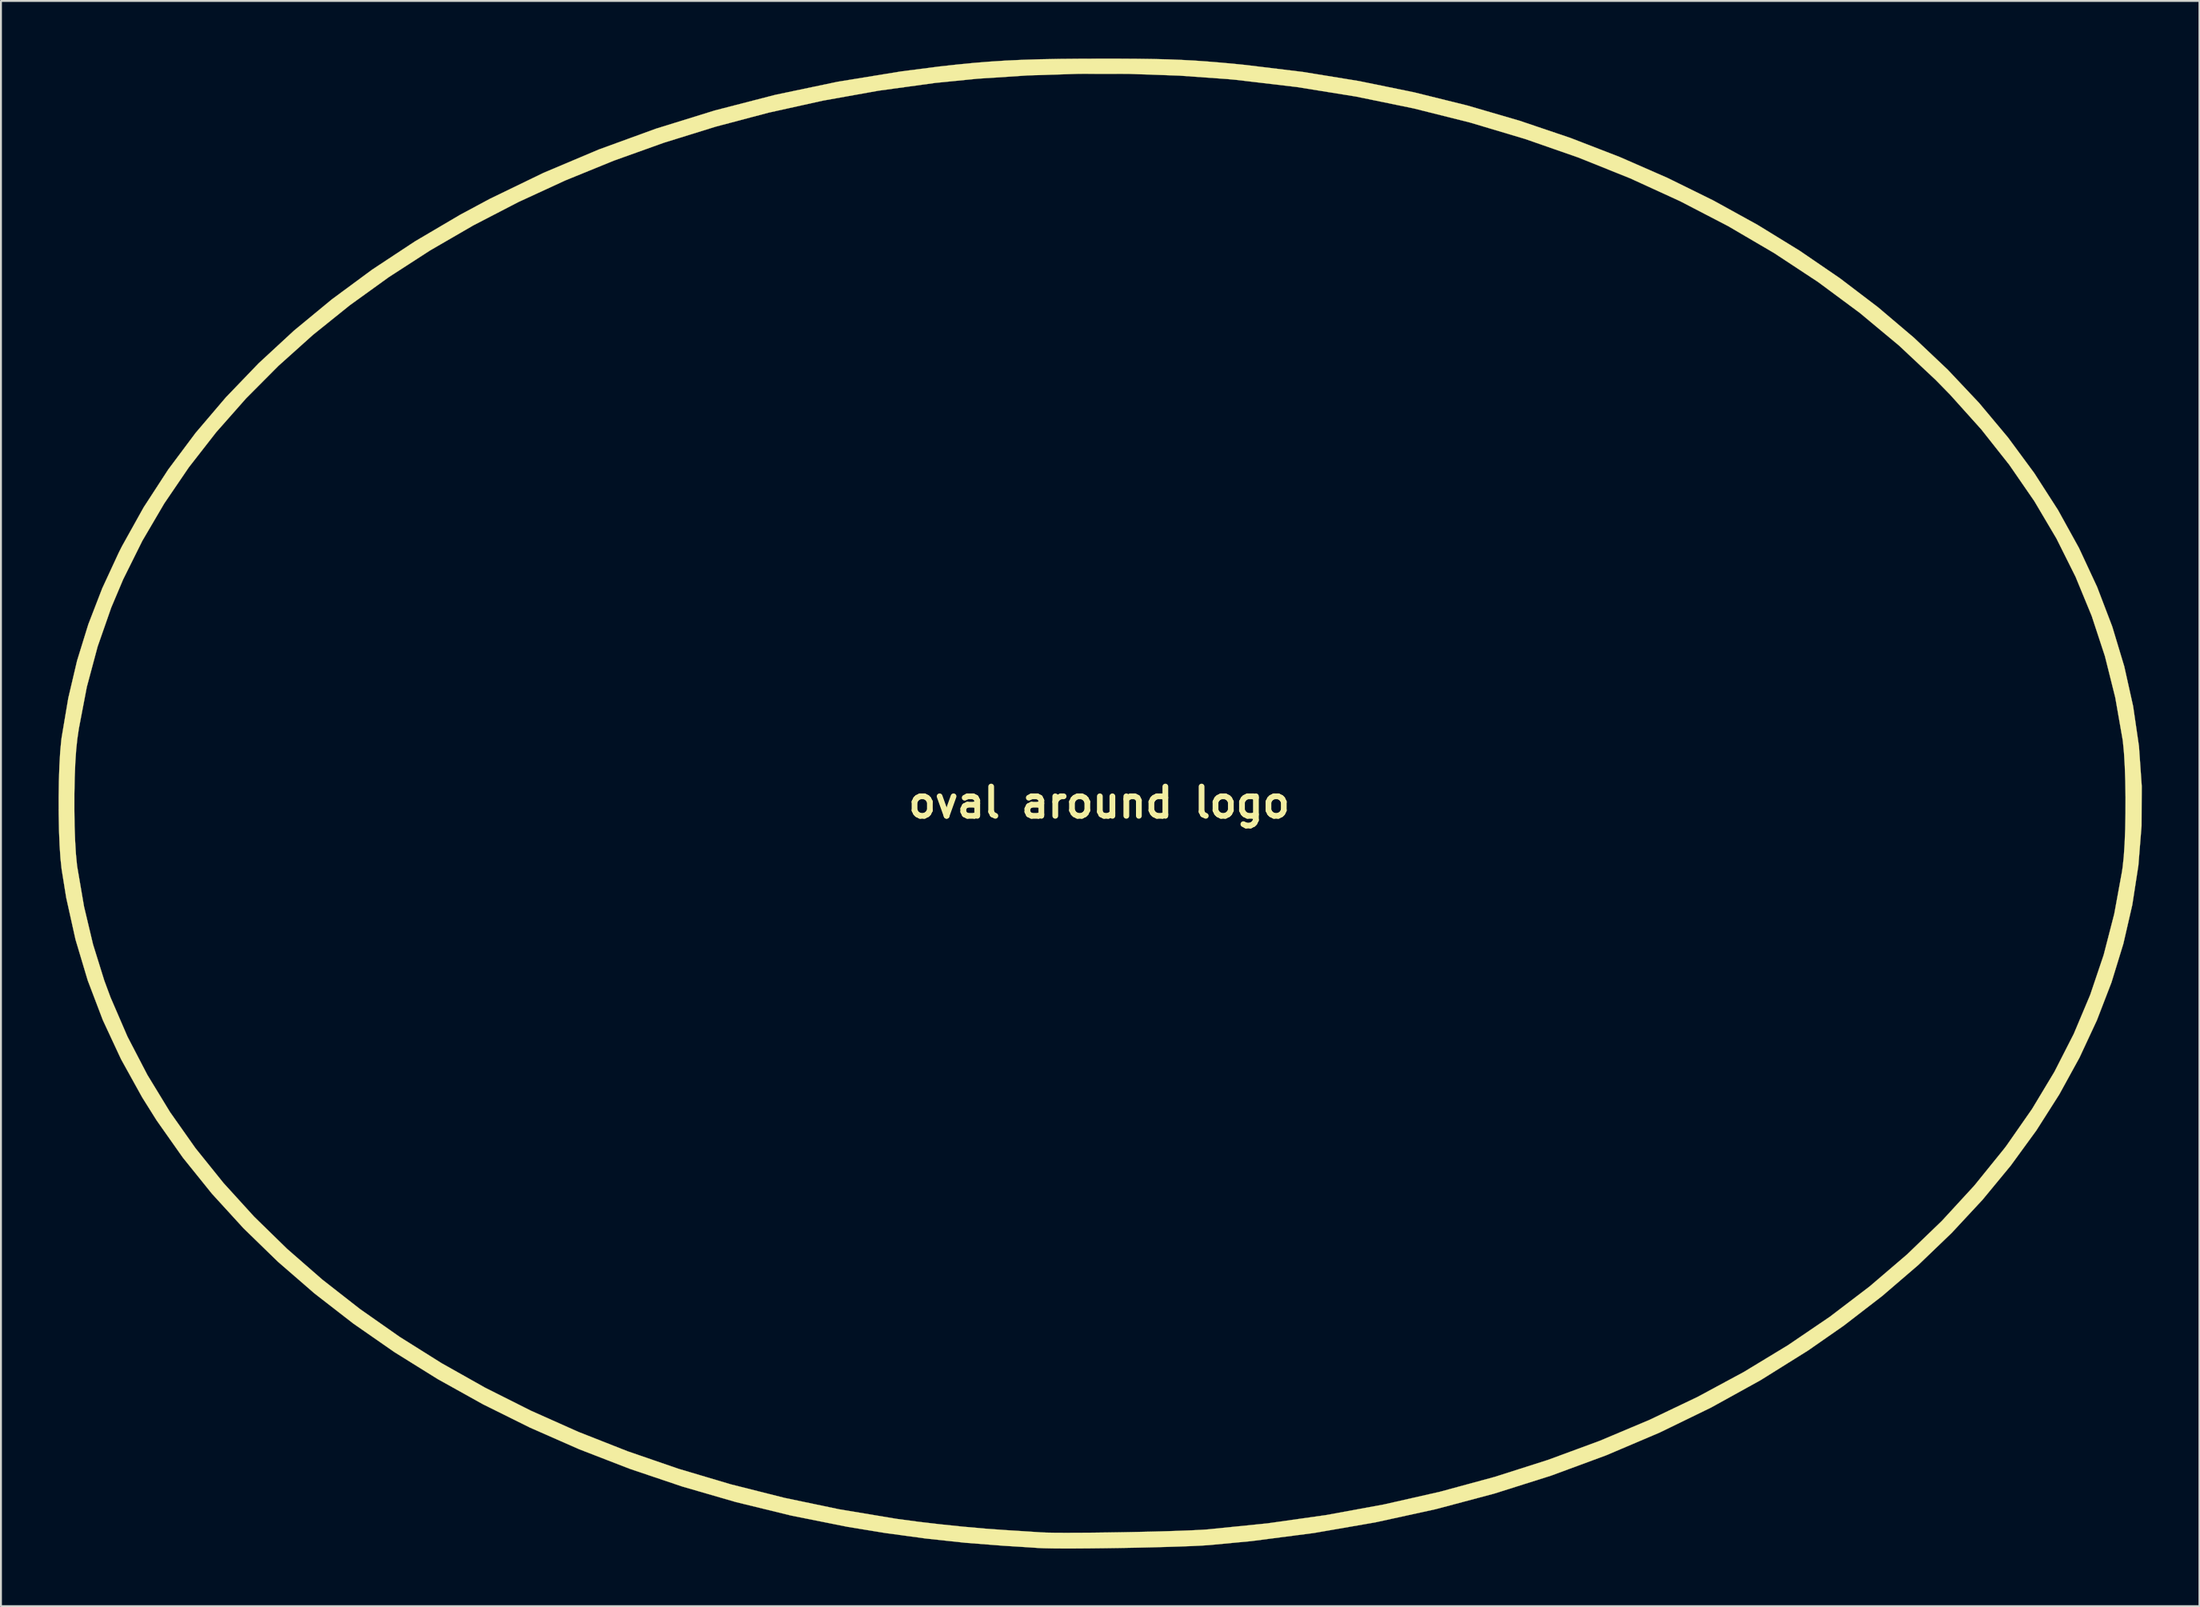
<source format=kicad_pcb>
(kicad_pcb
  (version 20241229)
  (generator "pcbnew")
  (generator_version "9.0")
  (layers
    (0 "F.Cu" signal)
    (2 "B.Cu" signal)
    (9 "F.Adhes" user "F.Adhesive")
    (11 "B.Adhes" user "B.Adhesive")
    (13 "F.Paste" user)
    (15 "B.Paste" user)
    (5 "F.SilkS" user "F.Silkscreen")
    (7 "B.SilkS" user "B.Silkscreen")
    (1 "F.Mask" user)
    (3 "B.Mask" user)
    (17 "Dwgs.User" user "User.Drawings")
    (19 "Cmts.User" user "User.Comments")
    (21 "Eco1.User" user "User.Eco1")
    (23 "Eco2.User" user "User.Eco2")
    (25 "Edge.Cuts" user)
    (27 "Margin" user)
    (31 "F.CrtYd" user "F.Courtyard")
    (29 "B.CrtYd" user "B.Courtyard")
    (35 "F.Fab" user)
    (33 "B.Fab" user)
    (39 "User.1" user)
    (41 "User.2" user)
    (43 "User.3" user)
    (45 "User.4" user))
  (footprint "oval around logo"
    (layer "F.Cu")
    (at 54.196 38.755)
    (property "Reference" "oval around logo" (at 0 0 0) (layer "F.SilkS") (effects (font (size 1.524 1.524) (thickness 0.3))))
    (attr through_hole)
    (fp_poly (pts (xy 1.038 -38.749) (xy 1.982 -38.743) (xy 2.818 -38.731) (xy 3.574 -38.713) (xy 4.278 -38.685) (xy 4.958 -38.649) (xy 5.642 -38.601) (xy 6.358 -38.542) (xy 7.133 -38.47) (xy 7.636 -38.419) (xy 10.612 -38.058) (xy 13.531 -37.583) (xy 16.389 -36.999) (xy 19.181 -36.308) (xy 21.903 -35.514) (xy 24.549 -34.619) (xy 27.116 -33.626) (xy 29.597 -32.54) (xy 31.989 -31.362) (xy 34.287 -30.095) (xy 36.486 -28.744) (xy 38.58 -27.311) (xy 40.567 -25.799) (xy 42.439 -24.211) (xy 44.194 -22.55) (xy 45.826 -20.819) (xy 47.33 -19.022) (xy 48.702 -17.162) (xy 49.937 -15.241) (xy 51.03 -13.262) (xy 51.976 -11.23) (xy 52.764 -9.166) (xy 53.388 -7.096) (xy 53.851 -5.018) (xy 54.154 -2.938) (xy 54.299 -0.859) (xy 54.289 1.214) (xy 54.124 3.277) (xy 53.808 5.325) (xy 53.341 7.355) (xy 52.725 9.362) (xy 51.962 11.342) (xy 51.054 13.291) (xy 50.003 15.204) (xy 48.811 17.077) (xy 47.478 18.907) (xy 46.008 20.688) (xy 44.401 22.416) (xy 42.66 24.088) (xy 40.786 25.698) (xy 38.782 27.244) (xy 36.916 28.543) (xy 34.449 30.085) (xy 31.873 31.509) (xy 29.191 32.814) (xy 26.41 33.997) (xy 23.534 35.059) (xy 20.569 35.996) (xy 17.519 36.807) (xy 14.389 37.491) (xy 11.185 38.046) (xy 7.912 38.47) (xy 5.717 38.677) (xy 5.328 38.702) (xy 4.811 38.727) (xy 4.189 38.75) (xy 3.484 38.772) (xy 2.72 38.793) (xy 1.917 38.811) (xy 1.1 38.826) (xy 0.29 38.838) (xy -0.491 38.847) (xy -1.219 38.852) (xy -1.872 38.853) (xy -2.428 38.849) (xy -2.865 38.84) (xy -3.144 38.828) (xy -3.363 38.813) (xy -3.707 38.79) (xy -4.141 38.762) (xy -4.627 38.732) (xy -4.982 38.71) (xy -6.97 38.555) (xy -9.04 38.332) (xy -11.129 38.048) (xy -13.108 37.724) (xy -16.048 37.136) (xy -18.921 36.434) (xy -21.722 35.622) (xy -24.444 34.704) (xy -27.084 33.682) (xy -29.635 32.56) (xy -32.092 31.341) (xy -34.449 30.028) (xy -36.702 28.626) (xy -38.845 27.136) (xy -40.873 25.563) (xy -42.779 23.909) (xy -44.559 22.178) (xy -46.208 20.373) (xy -47.719 18.497) (xy -49.088 16.554) (xy -49.841 15.354) (xy -50.943 13.364) (xy -51.888 11.335) (xy -52.677 9.262) (xy -53.312 7.138) (xy -53.797 4.956) (xy -54.036 3.471) (xy -54.096 2.909) (xy -54.142 2.219) (xy -54.173 1.436) (xy -54.189 0.596) (xy -54.19 0.387) (xy -53.373 0.387) (xy -53.361 1.218) (xy -53.333 1.997) (xy -53.291 2.689) (xy -53.235 3.26) (xy -53.224 3.34) (xy -52.869 5.417) (xy -52.4 7.389) (xy -51.814 9.271) (xy -51.49 10.145) (xy -50.605 12.194) (xy -49.568 14.188) (xy -48.387 16.126) (xy -47.064 18.003) (xy -45.604 19.817) (xy -44.014 21.565) (xy -42.296 23.243) (xy -40.456 24.849) (xy -38.499 26.379) (xy -36.43 27.83) (xy -34.252 29.198) (xy -31.971 30.482) (xy -29.592 31.677) (xy -27.12 32.78) (xy -24.558 33.789) (xy -21.913 34.7) (xy -19.188 35.51) (xy -16.388 36.216) (xy -13.518 36.815) (xy -10.584 37.303) (xy -10.495 37.316) (xy -9.425 37.459) (xy -8.263 37.595) (xy -7.073 37.718) (xy -5.918 37.82) (xy -4.9 37.893) (xy -4.4 37.924) (xy -3.926 37.954) (xy -3.514 37.981) (xy -3.203 38.001) (xy -3.063 38.011) (xy -2.759 38.025) (xy -2.314 38.033) (xy -1.752 38.036) (xy -1.095 38.034) (xy -0.365 38.029) (xy 0.414 38.019) (xy 1.22 38.006) (xy 2.031 37.99) (xy 2.823 37.972) (xy 3.573 37.951) (xy 4.26 37.928) (xy 4.86 37.904) (xy 5.351 37.879) (xy 5.635 37.86) (xy 8.757 37.545) (xy 11.819 37.112) (xy 14.818 36.562) (xy 17.747 35.898) (xy 20.601 35.123) (xy 23.376 34.238) (xy 26.065 33.247) (xy 28.665 32.152) (xy 31.169 30.956) (xy 33.572 29.66) (xy 35.868 28.268) (xy 38.054 26.783) (xy 40.123 25.206) (xy 42.071 23.54) (xy 43.891 21.787) (xy 45.579 19.951) (xy 47.13 18.034) (xy 47.265 17.855) (xy 48.587 15.959) (xy 49.751 14.024) (xy 50.76 12.045) (xy 51.614 10.017) (xy 52.316 7.937) (xy 52.867 5.801) (xy 53.269 3.605) (xy 53.306 3.349) (xy 53.364 2.804) (xy 53.408 2.132) (xy 53.438 1.367) (xy 53.453 0.547) (xy 53.455 -0.295) (xy 53.442 -1.123) (xy 53.415 -1.902) (xy 53.374 -2.595) (xy 53.319 -3.169) (xy 53.306 -3.267) (xy 52.92 -5.474) (xy 52.382 -7.625) (xy 51.693 -9.722) (xy 50.851 -11.765) (xy 49.856 -13.757) (xy 48.707 -15.699) (xy 47.402 -17.592) (xy 45.943 -19.438) (xy 44.327 -21.237) (xy 43.571 -22.011) (xy 41.655 -23.808) (xy 39.609 -25.511) (xy 37.441 -27.117) (xy 35.156 -28.622) (xy 32.76 -30.026) (xy 30.258 -31.325) (xy 27.657 -32.516) (xy 24.963 -33.598) (xy 22.181 -34.567) (xy 19.317 -35.422) (xy 16.377 -36.159) (xy 13.368 -36.777) (xy 10.295 -37.272) (xy 7.163 -37.642) (xy 6.697 -37.686) (xy 4.181 -37.865) (xy 1.574 -37.956) (xy -1.077 -37.96) (xy -3.727 -37.876) (xy -6.328 -37.706) (xy -8.531 -37.487) (xy -11.489 -37.081) (xy -14.387 -36.563) (xy -17.22 -35.936) (xy -19.984 -35.204) (xy -22.674 -34.369) (xy -25.285 -33.434) (xy -27.812 -32.403) (xy -30.251 -31.279) (xy -32.596 -30.064) (xy -34.842 -28.763) (xy -36.986 -27.377) (xy -39.021 -25.91) (xy -40.943 -24.365) (xy -42.748 -22.745) (xy -44.43 -21.054) (xy -45.984 -19.294) (xy -47.407 -17.468) (xy -48.692 -15.58) (xy -49.835 -13.632) (xy -50.831 -11.628) (xy -51.453 -10.156) (xy -52.162 -8.125) (xy -52.724 -6.026) (xy -53.139 -3.857) (xy -53.22 -3.308) (xy -53.279 -2.747) (xy -53.325 -2.062) (xy -53.355 -1.288) (xy -53.372 -0.46) (xy -53.373 0.387) (xy -54.19 0.387) (xy -54.191 -0.267) (xy -54.179 -1.117) (xy -54.152 -1.92) (xy -54.111 -2.64) (xy -54.055 -3.243) (xy -54.036 -3.389) (xy -53.691 -5.437) (xy -53.231 -7.394) (xy -52.644 -9.292) (xy -51.921 -11.162) (xy -51.053 -13.037) (xy -50.893 -13.353) (xy -49.764 -15.379) (xy -48.484 -17.349) (xy -47.058 -19.257) (xy -45.488 -21.101) (xy -43.78 -22.878) (xy -41.937 -24.582) (xy -39.962 -26.212) (xy -37.86 -27.763) (xy -35.634 -29.232) (xy -33.288 -30.614) (xy -31.73 -31.45) (xy -28.94 -32.801) (xy -26.058 -34.018) (xy -23.083 -35.102) (xy -20.02 -36.051) (xy -16.868 -36.865) (xy -13.631 -37.544) (xy -10.309 -38.086) (xy -8.301 -38.344) (xy -7.389 -38.444) (xy -6.53 -38.528) (xy -5.697 -38.595) (xy -4.861 -38.649) (xy -3.994 -38.689) (xy -3.068 -38.718) (xy -2.055 -38.737) (xy -0.927 -38.747) (xy -0.041 -38.749) (xy 1.038 -38.749)) (stroke (width 0.01) (type solid)) (fill yes) (layer "F.SilkS")))
  (gr_rect
    (start -3 -3)
    (end 111.501 80.612)
    (stroke (width 0.1) (type default))
    (fill no)
    (layer "Edge.Cuts")))
</source>
